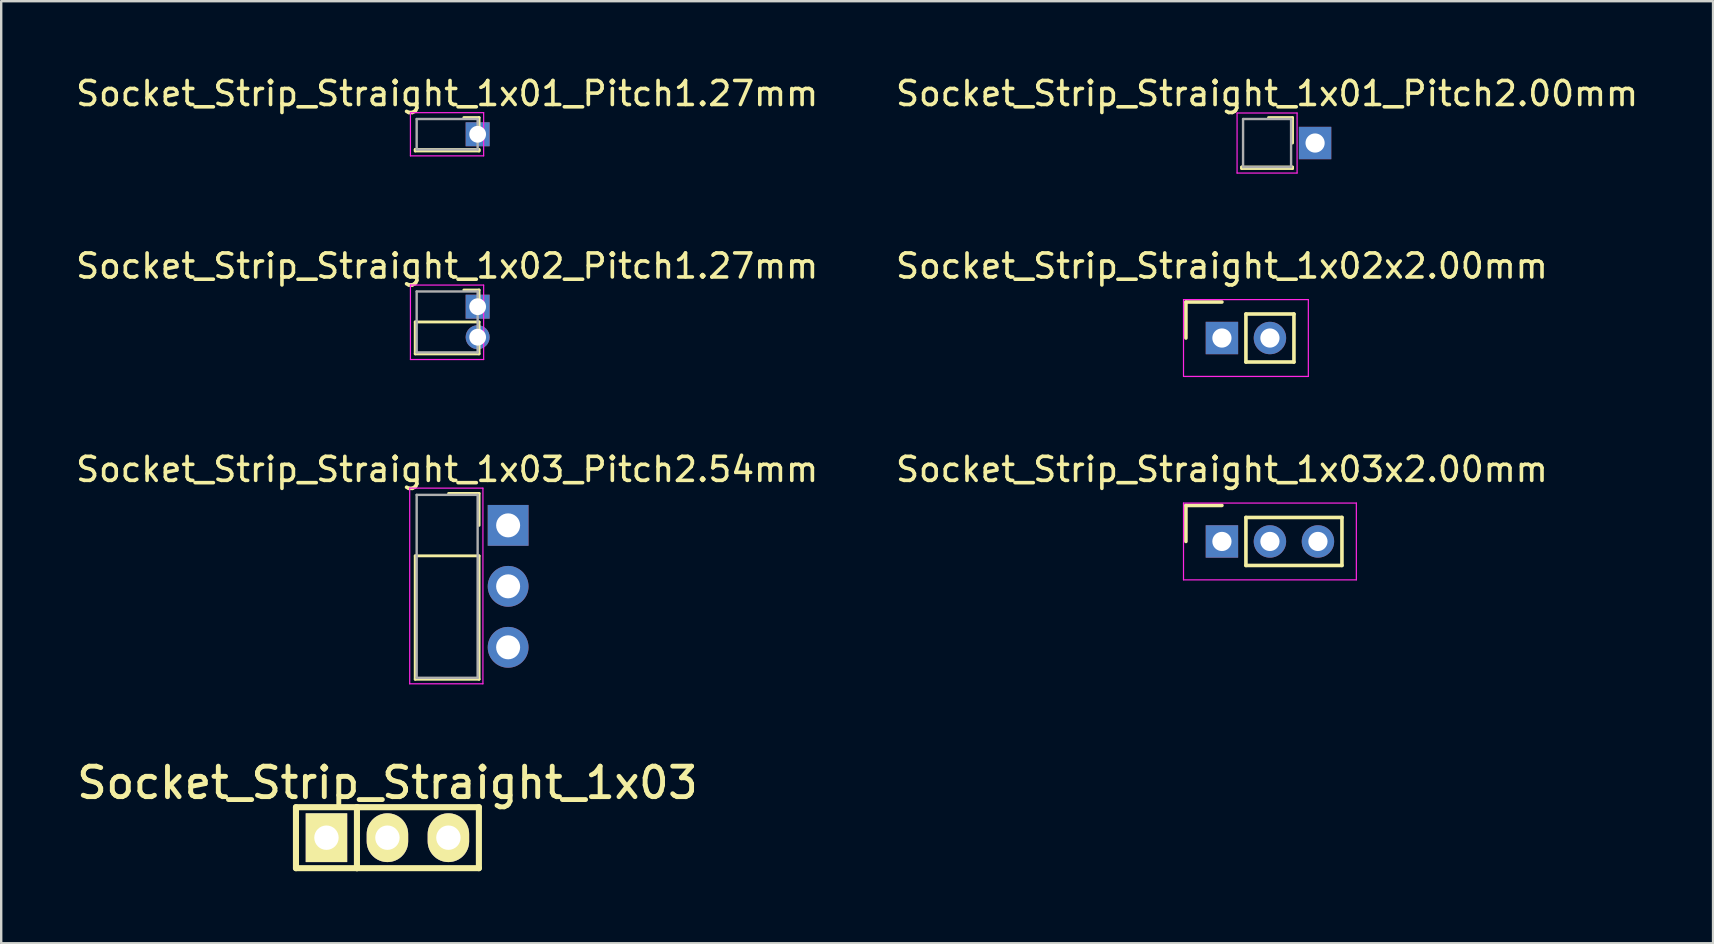
<source format=kicad_pcb>
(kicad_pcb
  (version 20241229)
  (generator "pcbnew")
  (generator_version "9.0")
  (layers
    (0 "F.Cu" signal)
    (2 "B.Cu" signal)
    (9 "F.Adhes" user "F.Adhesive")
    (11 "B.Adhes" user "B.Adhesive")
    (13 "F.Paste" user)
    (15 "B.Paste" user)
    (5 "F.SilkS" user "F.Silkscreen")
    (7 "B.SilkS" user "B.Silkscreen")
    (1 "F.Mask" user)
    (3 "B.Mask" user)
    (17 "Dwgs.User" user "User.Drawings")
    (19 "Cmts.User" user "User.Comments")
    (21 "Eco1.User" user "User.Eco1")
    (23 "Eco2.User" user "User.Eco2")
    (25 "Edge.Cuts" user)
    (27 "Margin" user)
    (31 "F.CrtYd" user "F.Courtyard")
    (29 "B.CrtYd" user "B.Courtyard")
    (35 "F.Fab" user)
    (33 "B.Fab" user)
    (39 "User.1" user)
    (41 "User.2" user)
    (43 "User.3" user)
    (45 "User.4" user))
  (footprint "Socket_Strip_Straight_1x02_Pitch1.27mm"
    (layer "F.Cu")
    (at 16.847 9.726)
    (property "Reference" "Socket_Strip_Straight_1x02_Pitch1.27mm" (at -1.27 -1.695 0) (layer "F.SilkS") (effects (font (size 1 1) (thickness 0.15))))
    (attr through_hole)
    (fp_line (start -2.6 0.635) (end -2.6 1.965) (stroke (width 0.12) (type solid)) (layer "F.SilkS"))
    (fp_line (start -2.6 1.965) (end 0.06 1.965) (stroke (width 0.12) (type solid)) (layer "F.SilkS"))
    (fp_line (start 0.06 -0.695) (end -0.575 -0.695) (stroke (width 0.12) (type solid)) (layer "F.SilkS"))
    (fp_line (start 0.06 0) (end 0.06 -0.695) (stroke (width 0.12) (type solid)) (layer "F.SilkS"))
    (fp_line (start 0.06 0.635) (end -2.6 0.635) (stroke (width 0.12) (type solid)) (layer "F.SilkS"))
    (fp_line (start 0.06 1.965) (end 0.06 0.635) (stroke (width 0.12) (type solid)) (layer "F.SilkS"))
    (fp_line (start -2.8 -0.9) (end -2.8 2.2) (stroke (width 0.05) (type solid)) (layer "F.CrtYd"))
    (fp_line (start -2.8 2.2) (end 0.25 2.2) (stroke (width 0.05) (type solid)) (layer "F.CrtYd"))
    (fp_line (start 0.25 -0.9) (end -2.8 -0.9) (stroke (width 0.05) (type solid)) (layer "F.CrtYd"))
    (fp_line (start 0.25 2.2) (end 0.25 -0.9) (stroke (width 0.05) (type solid)) (layer "F.CrtYd"))
    (fp_line (start -2.54 -0.635) (end -2.54 1.905) (stroke (width 0.1) (type solid)) (layer "F.Fab"))
    (fp_line (start -2.54 1.905) (end 0 1.905) (stroke (width 0.1) (type solid)) (layer "F.Fab"))
    (fp_line (start 0 -0.635) (end -2.54 -0.635) (stroke (width 0.1) (type solid)) (layer "F.Fab"))
    (fp_line (start 0 1.905) (end 0 -0.635) (stroke (width 0.1) (type solid)) (layer "F.Fab"))
    (pad "1" thru_hole rect (at 0 0) (size 1 1) (drill 0.7) (layers "*.Cu" "*.Mask"))
    (pad "2" thru_hole oval (at 0 1.27) (size 1 1) (drill 0.7) (layers "*.Cu" "*.Mask")))
  (footprint "Socket_Strip_Straight_1x03"
    (layer "F.Cu")
    (at 13.089 31.845)
    (property "Reference" "Socket_Strip_Straight_1x03" (at 0 -2.286 0) (layer "F.SilkS") (effects (font (size 1.27 1.27) (thickness 0.203))))
    (attr through_hole)
    (fp_line (start -3.81 -1.27) (end -3.81 1.27) (stroke (width 0.254) (type solid)) (layer "F.SilkS"))
    (fp_line (start -3.81 -1.27) (end -1.27 -1.27) (stroke (width 0.254) (type solid)) (layer "F.SilkS"))
    (fp_line (start -3.81 1.27) (end -1.27 1.27) (stroke (width 0.254) (type solid)) (layer "F.SilkS"))
    (fp_line (start -1.27 -1.27) (end -1.27 1.27) (stroke (width 0.254) (type solid)) (layer "F.SilkS"))
    (fp_line (start -1.27 1.27) (end 3.81 1.27) (stroke (width 0.254) (type solid)) (layer "F.SilkS"))
    (fp_line (start 3.81 -1.27) (end -1.27 -1.27) (stroke (width 0.254) (type solid)) (layer "F.SilkS"))
    (fp_line (start 3.81 1.27) (end 3.81 -1.27) (stroke (width 0.254) (type solid)) (layer "F.SilkS"))
    (pad "1" thru_hole rect (at -2.54 0) (size 1.727 2.032) (drill 1.016) (layers "*.Cu" "*.Mask" "F.SilkS"))
    (pad "2" thru_hole oval (at 0 0) (size 1.727 2.032) (drill 1.016) (layers "*.Cu" "*.Mask" "F.SilkS"))
    (pad "3" thru_hole oval (at 2.54 0) (size 1.727 2.032) (drill 1.016) (layers "*.Cu" "*.Mask" "F.SilkS")))
  (footprint "Socket_Strip_Straight_1x01_Pitch1.27mm"
    (layer "F.Cu")
    (at 16.847 2.543)
    (property "Reference" "Socket_Strip_Straight_1x01_Pitch1.27mm" (at -1.27 -1.695 0) (layer "F.SilkS") (effects (font (size 1 1) (thickness 0.15))))
    (attr through_hole)
    (fp_line (start -2.6 0.635) (end -2.6 0.695) (stroke (width 0.12) (type solid)) (layer "F.SilkS"))
    (fp_line (start -2.6 0.695) (end 0.06 0.695) (stroke (width 0.12) (type solid)) (layer "F.SilkS"))
    (fp_line (start 0.06 -0.695) (end -0.575 -0.695) (stroke (width 0.12) (type solid)) (layer "F.SilkS"))
    (fp_line (start 0.06 0) (end 0.06 -0.695) (stroke (width 0.12) (type solid)) (layer "F.SilkS"))
    (fp_line (start 0.06 0.635) (end -2.6 0.635) (stroke (width 0.12) (type solid)) (layer "F.SilkS"))
    (fp_line (start 0.06 0.695) (end 0.06 0.635) (stroke (width 0.12) (type solid)) (layer "F.SilkS"))
    (fp_line (start -2.8 -0.9) (end -2.8 0.9) (stroke (width 0.05) (type solid)) (layer "F.CrtYd"))
    (fp_line (start -2.8 0.9) (end 0.25 0.9) (stroke (width 0.05) (type solid)) (layer "F.CrtYd"))
    (fp_line (start 0.25 -0.9) (end -2.8 -0.9) (stroke (width 0.05) (type solid)) (layer "F.CrtYd"))
    (fp_line (start 0.25 0.9) (end 0.25 -0.9) (stroke (width 0.05) (type solid)) (layer "F.CrtYd"))
    (fp_line (start -2.54 -0.635) (end -2.54 0.635) (stroke (width 0.1) (type solid)) (layer "F.Fab"))
    (fp_line (start -2.54 0.635) (end 0 0.635) (stroke (width 0.1) (type solid)) (layer "F.Fab"))
    (fp_line (start 0 -0.635) (end -2.54 -0.635) (stroke (width 0.1) (type solid)) (layer "F.Fab"))
    (fp_line (start 0 0.635) (end 0 -0.635) (stroke (width 0.1) (type solid)) (layer "F.Fab"))
    (pad "1" thru_hole rect (at 0 0) (size 1 1) (drill 0.7) (layers "*.Cu" "*.Mask")))
  (footprint "Socket_Strip_Straight_1x01_Pitch2.00mm"
    (layer "F.Cu")
    (at 51.732 2.908)
    (property "Reference" "Socket_Strip_Straight_1x01_Pitch2.00mm" (at -2 -2.06 0) (layer "F.SilkS") (effects (font (size 1 1) (thickness 0.15))))
    (attr through_hole)
    (fp_line (start -3.06 1) (end -3.06 1.06) (stroke (width 0.12) (type solid)) (layer "F.SilkS"))
    (fp_line (start -3.06 1.06) (end -0.94 1.06) (stroke (width 0.12) (type solid)) (layer "F.SilkS"))
    (fp_line (start -0.94 -1.06) (end -1.94 -1.06) (stroke (width 0.12) (type solid)) (layer "F.SilkS"))
    (fp_line (start -0.94 0) (end -0.94 -1.06) (stroke (width 0.12) (type solid)) (layer "F.SilkS"))
    (fp_line (start -0.94 1) (end -3.06 1) (stroke (width 0.12) (type solid)) (layer "F.SilkS"))
    (fp_line (start -0.94 1.06) (end -0.94 1) (stroke (width 0.12) (type solid)) (layer "F.SilkS"))
    (fp_line (start -3.25 -1.25) (end -3.25 1.25) (stroke (width 0.05) (type solid)) (layer "F.CrtYd"))
    (fp_line (start -3.25 1.25) (end -0.75 1.25) (stroke (width 0.05) (type solid)) (layer "F.CrtYd"))
    (fp_line (start -0.75 -1.25) (end -3.25 -1.25) (stroke (width 0.05) (type solid)) (layer "F.CrtYd"))
    (fp_line (start -0.75 1.25) (end -0.75 -1.25) (stroke (width 0.05) (type solid)) (layer "F.CrtYd"))
    (fp_line (start -3 -1) (end -3 1) (stroke (width 0.1) (type solid)) (layer "F.Fab"))
    (fp_line (start -3 1) (end -1 1) (stroke (width 0.1) (type solid)) (layer "F.Fab"))
    (fp_line (start -1 -1) (end -3 -1) (stroke (width 0.1) (type solid)) (layer "F.Fab"))
    (fp_line (start -1 1) (end -1 -1) (stroke (width 0.1) (type solid)) (layer "F.Fab"))
    (pad "1" thru_hole rect (at 0 0) (size 1.35 1.35) (drill 0.8) (layers "*.Cu" "*.Mask")))
  (footprint "Socket_Strip_Straight_1x03_Pitch2.54mm"
    (layer "F.Cu")
    (at 18.117 18.835)
    (property "Reference" "Socket_Strip_Straight_1x03_Pitch2.54mm" (at -2.54 -2.33 0) (layer "F.SilkS") (effects (font (size 1 1) (thickness 0.15))))
    (attr through_hole)
    (fp_line (start -3.87 1.27) (end -3.87 6.41) (stroke (width 0.12) (type solid)) (layer "F.SilkS"))
    (fp_line (start -3.87 6.41) (end -1.21 6.41) (stroke (width 0.12) (type solid)) (layer "F.SilkS"))
    (fp_line (start -1.21 -1.33) (end -2.48 -1.33) (stroke (width 0.12) (type solid)) (layer "F.SilkS"))
    (fp_line (start -1.21 0) (end -1.21 -1.33) (stroke (width 0.12) (type solid)) (layer "F.SilkS"))
    (fp_line (start -1.21 1.27) (end -3.87 1.27) (stroke (width 0.12) (type solid)) (layer "F.SilkS"))
    (fp_line (start -1.21 6.41) (end -1.21 1.27) (stroke (width 0.12) (type solid)) (layer "F.SilkS"))
    (fp_line (start -4.1 -1.55) (end -4.1 6.6) (stroke (width 0.05) (type solid)) (layer "F.CrtYd"))
    (fp_line (start -4.1 6.6) (end -1.05 6.6) (stroke (width 0.05) (type solid)) (layer "F.CrtYd"))
    (fp_line (start -1.05 -1.55) (end -4.1 -1.55) (stroke (width 0.05) (type solid)) (layer "F.CrtYd"))
    (fp_line (start -1.05 6.6) (end -1.05 -1.55) (stroke (width 0.05) (type solid)) (layer "F.CrtYd"))
    (fp_line (start -3.81 -1.27) (end -3.81 6.35) (stroke (width 0.1) (type solid)) (layer "F.Fab"))
    (fp_line (start -3.81 6.35) (end -1.27 6.35) (stroke (width 0.1) (type solid)) (layer "F.Fab"))
    (fp_line (start -1.27 -1.27) (end -3.81 -1.27) (stroke (width 0.1) (type solid)) (layer "F.Fab"))
    (fp_line (start -1.27 6.35) (end -1.27 -1.27) (stroke (width 0.1) (type solid)) (layer "F.Fab"))
    (pad "1" thru_hole rect (at 0 0) (size 1.7 1.7) (drill 1) (layers "*.Cu" "*.Mask"))
    (pad "2" thru_hole oval (at 0 2.54) (size 1.7 1.7) (drill 1) (layers "*.Cu" "*.Mask"))
    (pad "3" thru_hole oval (at 0 5.08) (size 1.7 1.7) (drill 1) (layers "*.Cu" "*.Mask")))
  (footprint "Socket_Strip_Straight_1x02x2.00mm"
    (layer "F.Cu")
    (at 47.851 11.031)
    (property "Reference" "Socket_Strip_Straight_1x02x2.00mm" (at 0 -3 0) (layer "F.SilkS") (effects (font (size 1 1) (thickness 0.15))))
    (attr through_hole)
    (fp_line (start -1.5 -1.5) (end -1.5 0) (stroke (width 0.15) (type solid)) (layer "F.SilkS"))
    (fp_line (start 0 -1.5) (end -1.5 -1.5) (stroke (width 0.15) (type solid)) (layer "F.SilkS"))
    (fp_line (start 1 -1) (end 1 1) (stroke (width 0.15) (type solid)) (layer "F.SilkS"))
    (fp_line (start 1 1) (end 3 1) (stroke (width 0.15) (type solid)) (layer "F.SilkS"))
    (fp_line (start 3 -1) (end 1 -1) (stroke (width 0.15) (type solid)) (layer "F.SilkS"))
    (fp_line (start 3 1) (end 3 -1) (stroke (width 0.15) (type solid)) (layer "F.SilkS"))
    (fp_line (start -1.6 -1.6) (end -1.6 1.6) (stroke (width 0.05) (type solid)) (layer "F.CrtYd"))
    (fp_line (start -1.6 1.6) (end 3.6 1.6) (stroke (width 0.05) (type solid)) (layer "F.CrtYd"))
    (fp_line (start 3.6 -1.6) (end -1.6 -1.6) (stroke (width 0.05) (type solid)) (layer "F.CrtYd"))
    (fp_line (start 3.6 1.6) (end 3.6 -1.6) (stroke (width 0.05) (type solid)) (layer "F.CrtYd"))
    (pad "1" thru_hole rect (at 0 0) (size 1.35 1.35) (drill 0.8) (layers "*.Cu" "*.Mask"))
    (pad "2" thru_hole circle (at 2 0) (size 1.35 1.35) (drill 0.8) (layers "*.Cu" "*.Mask")))
  (footprint "Socket_Strip_Straight_1x03x2.00mm"
    (layer "F.Cu")
    (at 47.851 19.505)
    (property "Reference" "Socket_Strip_Straight_1x03x2.00mm" (at 0 -3 0) (layer "F.SilkS") (effects (font (size 1 1) (thickness 0.15))))
    (attr through_hole)
    (fp_line (start -1.5 -1.5) (end -1.5 0) (stroke (width 0.15) (type solid)) (layer "F.SilkS"))
    (fp_line (start 0 -1.5) (end -1.5 -1.5) (stroke (width 0.15) (type solid)) (layer "F.SilkS"))
    (fp_line (start 1 -1) (end 1 1) (stroke (width 0.15) (type solid)) (layer "F.SilkS"))
    (fp_line (start 1 1) (end 5 1) (stroke (width 0.15) (type solid)) (layer "F.SilkS"))
    (fp_line (start 5 -1) (end 1 -1) (stroke (width 0.15) (type solid)) (layer "F.SilkS"))
    (fp_line (start 5 1) (end 5 -1) (stroke (width 0.15) (type solid)) (layer "F.SilkS"))
    (fp_line (start -1.6 -1.6) (end -1.6 1.6) (stroke (width 0.05) (type solid)) (layer "F.CrtYd"))
    (fp_line (start -1.6 1.6) (end 5.6 1.6) (stroke (width 0.05) (type solid)) (layer "F.CrtYd"))
    (fp_line (start 5.6 -1.6) (end -1.6 -1.6) (stroke (width 0.05) (type solid)) (layer "F.CrtYd"))
    (fp_line (start 5.6 1.6) (end 5.6 -1.6) (stroke (width 0.05) (type solid)) (layer "F.CrtYd"))
    (pad "1" thru_hole rect (at 0 0) (size 1.35 1.35) (drill 0.8) (layers "*.Cu" "*.Mask"))
    (pad "2" thru_hole circle (at 2 0) (size 1.35 1.35) (drill 0.8) (layers "*.Cu" "*.Mask"))
    (pad "3" thru_hole circle (at 4 0) (size 1.35 1.35) (drill 0.8) (layers "*.Cu" "*.Mask")))
  (gr_rect
    (start -3 -3)
    (end 68.31 36.242)
    (stroke (width 0.1) (type default))
    (fill no)
    (layer "Edge.Cuts")))
</source>
